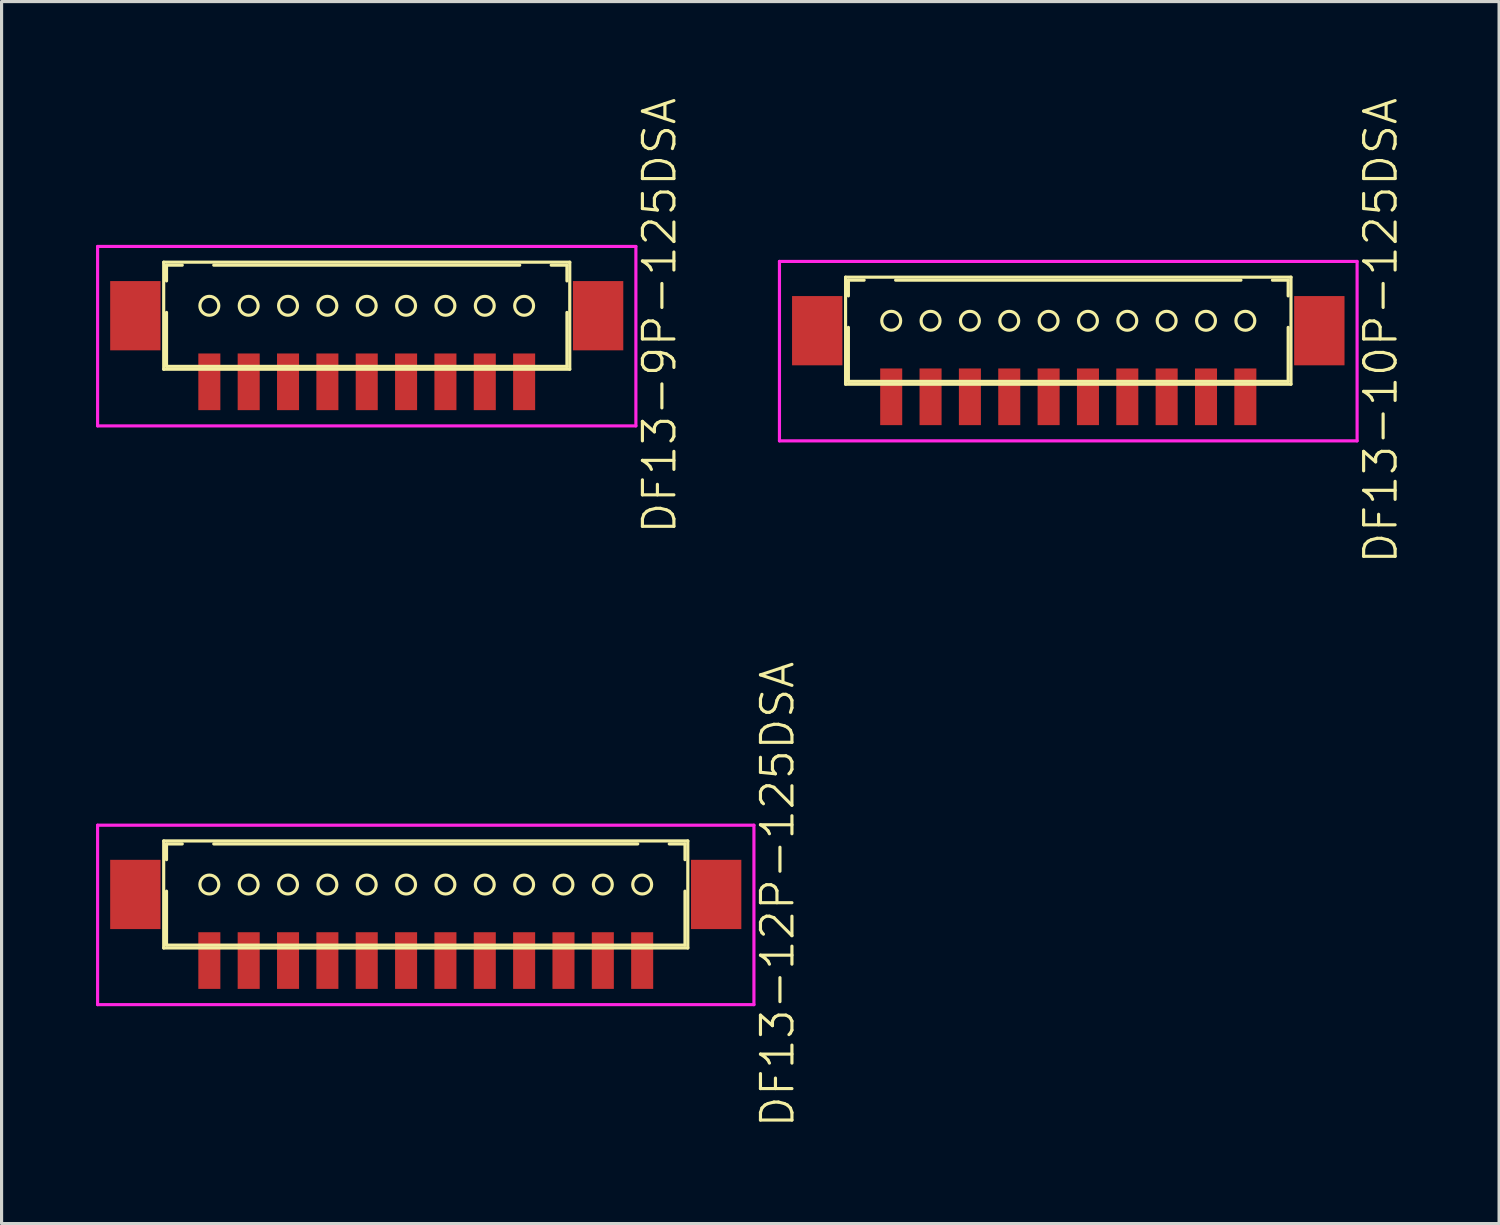
<source format=kicad_pcb>
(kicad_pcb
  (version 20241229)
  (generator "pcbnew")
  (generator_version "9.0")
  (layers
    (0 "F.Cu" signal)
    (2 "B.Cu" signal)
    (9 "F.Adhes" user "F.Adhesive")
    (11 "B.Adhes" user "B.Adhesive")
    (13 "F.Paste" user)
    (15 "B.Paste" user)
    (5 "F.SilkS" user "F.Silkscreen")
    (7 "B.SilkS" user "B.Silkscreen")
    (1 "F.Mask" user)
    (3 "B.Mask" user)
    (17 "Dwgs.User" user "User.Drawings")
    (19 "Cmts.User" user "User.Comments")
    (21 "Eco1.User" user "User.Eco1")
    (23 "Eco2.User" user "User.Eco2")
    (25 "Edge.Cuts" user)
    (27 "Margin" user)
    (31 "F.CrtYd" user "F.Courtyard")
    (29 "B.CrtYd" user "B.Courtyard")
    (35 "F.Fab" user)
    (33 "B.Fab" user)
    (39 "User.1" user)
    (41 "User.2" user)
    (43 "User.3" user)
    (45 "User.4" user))
  (footprint "DF13-12P-125DSA"
    (layer "F.Cu")
    (at 10.475 27.464)
    (property "Reference" "DF13-12P-125DSA" (at 11.175 -2.1 90) (layer "F.SilkS") (effects (font (size 1 1) (thickness 0.1))))
    (attr through_hole)
    (fp_line (start -8.325 -3.8) (end -8.325 -0.4) (stroke (width 0.1) (type solid)) (layer "F.SilkS"))
    (fp_line (start -8.325 -3.8) (end 8.325 -3.8) (stroke (width 0.1) (type solid)) (layer "F.SilkS"))
    (fp_line (start -8.325 -0.4) (end 8.325 -0.4) (stroke (width 0.1) (type solid)) (layer "F.SilkS"))
    (fp_line (start -8.235 -3.705) (end -8.235 -3.205) (stroke (width 0.1) (type solid)) (layer "F.SilkS"))
    (fp_line (start -8.235 -3.705) (end -7.735 -3.705) (stroke (width 0.1) (type solid)) (layer "F.SilkS"))
    (fp_line (start -8.235 -2.205) (end -8.235 -0.49) (stroke (width 0.1) (type solid)) (layer "F.SilkS"))
    (fp_line (start -8.235 -0.49) (end 8.235 -0.49) (stroke (width 0.1) (type solid)) (layer "F.SilkS"))
    (fp_line (start -6.735 -3.705) (end 6.735 -3.705) (stroke (width 0.1) (type solid)) (layer "F.SilkS"))
    (fp_line (start 7.735 -3.705) (end 8.235 -3.705) (stroke (width 0.1) (type solid)) (layer "F.SilkS"))
    (fp_line (start 8.235 -3.705) (end 8.235 -3.205) (stroke (width 0.1) (type solid)) (layer "F.SilkS"))
    (fp_line (start 8.235 -2.205) (end 8.235 -0.49) (stroke (width 0.1) (type solid)) (layer "F.SilkS"))
    (fp_line (start 8.325 -3.8) (end 8.325 -0.4) (stroke (width 0.1) (type solid)) (layer "F.SilkS"))
    (fp_circle (center -6.875 -2.415) (end -6.575 -2.415) (stroke (width 0.1) (type solid)) (fill no) (layer "F.SilkS"))
    (fp_circle (center -5.625 -2.415) (end -5.325 -2.415) (stroke (width 0.1) (type solid)) (fill no) (layer "F.SilkS"))
    (fp_circle (center -4.375 -2.415) (end -4.075 -2.415) (stroke (width 0.1) (type solid)) (fill no) (layer "F.SilkS"))
    (fp_circle (center -3.125 -2.415) (end -2.825 -2.415) (stroke (width 0.1) (type solid)) (fill no) (layer "F.SilkS"))
    (fp_circle (center -1.875 -2.415) (end -1.575 -2.415) (stroke (width 0.1) (type solid)) (fill no) (layer "F.SilkS"))
    (fp_circle (center -0.625 -2.415) (end -0.325 -2.415) (stroke (width 0.1) (type solid)) (fill no) (layer "F.SilkS"))
    (fp_circle (center 0.625 -2.415) (end 0.925 -2.415) (stroke (width 0.1) (type solid)) (fill no) (layer "F.SilkS"))
    (fp_circle (center 1.875 -2.415) (end 2.175 -2.415) (stroke (width 0.1) (type solid)) (fill no) (layer "F.SilkS"))
    (fp_circle (center 3.125 -2.415) (end 3.425 -2.415) (stroke (width 0.1) (type solid)) (fill no) (layer "F.SilkS"))
    (fp_circle (center 4.375 -2.415) (end 4.675 -2.415) (stroke (width 0.1) (type solid)) (fill no) (layer "F.SilkS"))
    (fp_circle (center 5.625 -2.415) (end 5.925 -2.415) (stroke (width 0.1) (type solid)) (fill no) (layer "F.SilkS"))
    (fp_circle (center 6.875 -2.415) (end 7.175 -2.415) (stroke (width 0.1) (type solid)) (fill no) (layer "F.SilkS"))
    (fp_line (start -10.425 -4.3) (end -10.425 1.4) (stroke (width 0.1) (type solid)) (layer "F.CrtYd"))
    (fp_line (start -10.425 1.4) (end 10.425 1.4) (stroke (width 0.1) (type solid)) (layer "F.CrtYd"))
    (fp_line (start 10.425 -4.3) (end -10.425 -4.3) (stroke (width 0.1) (type solid)) (layer "F.CrtYd"))
    (fp_line (start 10.425 1.4) (end 10.425 -4.3) (stroke (width 0.1) (type solid)) (layer "F.CrtYd"))
    (pad "1" smd rect (at -6.875 0) (size 0.7 1.8) (layers "F.Cu" "F.Mask" "F.Paste"))
    (pad "2" smd rect (at -5.625 0) (size 0.7 1.8) (layers "F.Cu" "F.Mask" "F.Paste"))
    (pad "3" smd rect (at -4.375 0) (size 0.7 1.8) (layers "F.Cu" "F.Mask" "F.Paste"))
    (pad "4" smd rect (at -3.125 0) (size 0.7 1.8) (layers "F.Cu" "F.Mask" "F.Paste"))
    (pad "5" smd rect (at -1.875 0) (size 0.7 1.8) (layers "F.Cu" "F.Mask" "F.Paste"))
    (pad "6" smd rect (at -0.625 0) (size 0.7 1.8) (layers "F.Cu" "F.Mask" "F.Paste"))
    (pad "7" smd rect (at 0.625 0) (size 0.7 1.8) (layers "F.Cu" "F.Mask" "F.Paste"))
    (pad "8" smd rect (at 1.875 0) (size 0.7 1.8) (layers "F.Cu" "F.Mask" "F.Paste"))
    (pad "9" smd rect (at 3.125 0) (size 0.7 1.8) (layers "F.Cu" "F.Mask" "F.Paste"))
    (pad "10" smd rect (at 4.375 0) (size 0.7 1.8) (layers "F.Cu" "F.Mask" "F.Paste"))
    (pad "11" smd rect (at 5.625 0) (size 0.7 1.8) (layers "F.Cu" "F.Mask" "F.Paste"))
    (pad "12" smd rect (at 6.875 0) (size 0.7 1.8) (layers "F.Cu" "F.Mask" "F.Paste"))
    (pad "S" smd rect (at -9.225 -2.1) (size 1.6 2.2) (layers "F.Cu" "F.Mask" "F.Paste"))
    (pad "S" smd rect (at 9.225 -2.1) (size 1.6 2.2) (layers "F.Cu" "F.Mask" "F.Paste")))
  (footprint "DF13-10P-125DSA"
    (layer "F.Cu")
    (at 30.886 9.555)
    (property "Reference" "DF13-10P-125DSA" (at 9.925 -2.1 90) (layer "F.SilkS") (effects (font (size 1 1) (thickness 0.1))))
    (attr through_hole)
    (fp_line (start -7.075 -3.8) (end -7.075 -0.4) (stroke (width 0.1) (type solid)) (layer "F.SilkS"))
    (fp_line (start -7.075 -3.8) (end 7.075 -3.8) (stroke (width 0.1) (type solid)) (layer "F.SilkS"))
    (fp_line (start -7.075 -0.4) (end 7.075 -0.4) (stroke (width 0.1) (type solid)) (layer "F.SilkS"))
    (fp_line (start -6.985 -3.705) (end -6.985 -3.205) (stroke (width 0.1) (type solid)) (layer "F.SilkS"))
    (fp_line (start -6.985 -3.705) (end -6.485 -3.705) (stroke (width 0.1) (type solid)) (layer "F.SilkS"))
    (fp_line (start -6.985 -2.205) (end -6.985 -0.49) (stroke (width 0.1) (type solid)) (layer "F.SilkS"))
    (fp_line (start -6.985 -0.49) (end 6.985 -0.49) (stroke (width 0.1) (type solid)) (layer "F.SilkS"))
    (fp_line (start -5.485 -3.705) (end 5.485 -3.705) (stroke (width 0.1) (type solid)) (layer "F.SilkS"))
    (fp_line (start 6.485 -3.705) (end 6.985 -3.705) (stroke (width 0.1) (type solid)) (layer "F.SilkS"))
    (fp_line (start 6.985 -3.705) (end 6.985 -3.205) (stroke (width 0.1) (type solid)) (layer "F.SilkS"))
    (fp_line (start 6.985 -2.205) (end 6.985 -0.49) (stroke (width 0.1) (type solid)) (layer "F.SilkS"))
    (fp_line (start 7.075 -3.8) (end 7.075 -0.4) (stroke (width 0.1) (type solid)) (layer "F.SilkS"))
    (fp_circle (center -5.625 -2.415) (end -5.325 -2.415) (stroke (width 0.1) (type solid)) (fill no) (layer "F.SilkS"))
    (fp_circle (center -4.375 -2.415) (end -4.075 -2.415) (stroke (width 0.1) (type solid)) (fill no) (layer "F.SilkS"))
    (fp_circle (center -3.125 -2.415) (end -2.825 -2.415) (stroke (width 0.1) (type solid)) (fill no) (layer "F.SilkS"))
    (fp_circle (center -1.875 -2.415) (end -1.575 -2.415) (stroke (width 0.1) (type solid)) (fill no) (layer "F.SilkS"))
    (fp_circle (center -0.625 -2.415) (end -0.325 -2.415) (stroke (width 0.1) (type solid)) (fill no) (layer "F.SilkS"))
    (fp_circle (center 0.625 -2.415) (end 0.925 -2.415) (stroke (width 0.1) (type solid)) (fill no) (layer "F.SilkS"))
    (fp_circle (center 1.875 -2.415) (end 2.175 -2.415) (stroke (width 0.1) (type solid)) (fill no) (layer "F.SilkS"))
    (fp_circle (center 3.125 -2.415) (end 3.425 -2.415) (stroke (width 0.1) (type solid)) (fill no) (layer "F.SilkS"))
    (fp_circle (center 4.375 -2.415) (end 4.675 -2.415) (stroke (width 0.1) (type solid)) (fill no) (layer "F.SilkS"))
    (fp_circle (center 5.625 -2.415) (end 5.925 -2.415) (stroke (width 0.1) (type solid)) (fill no) (layer "F.SilkS"))
    (fp_line (start -9.175 -4.3) (end -9.175 1.4) (stroke (width 0.1) (type solid)) (layer "F.CrtYd"))
    (fp_line (start -9.175 1.4) (end 9.175 1.4) (stroke (width 0.1) (type solid)) (layer "F.CrtYd"))
    (fp_line (start 9.175 -4.3) (end -9.175 -4.3) (stroke (width 0.1) (type solid)) (layer "F.CrtYd"))
    (fp_line (start 9.175 1.4) (end 9.175 -4.3) (stroke (width 0.1) (type solid)) (layer "F.CrtYd"))
    (pad "1" smd rect (at -5.625 0) (size 0.7 1.8) (layers "F.Cu" "F.Mask" "F.Paste"))
    (pad "2" smd rect (at -4.375 0) (size 0.7 1.8) (layers "F.Cu" "F.Mask" "F.Paste"))
    (pad "3" smd rect (at -3.125 0) (size 0.7 1.8) (layers "F.Cu" "F.Mask" "F.Paste"))
    (pad "4" smd rect (at -1.875 0) (size 0.7 1.8) (layers "F.Cu" "F.Mask" "F.Paste"))
    (pad "5" smd rect (at -0.625 0) (size 0.7 1.8) (layers "F.Cu" "F.Mask" "F.Paste"))
    (pad "6" smd rect (at 0.625 0) (size 0.7 1.8) (layers "F.Cu" "F.Mask" "F.Paste"))
    (pad "7" smd rect (at 1.875 0) (size 0.7 1.8) (layers "F.Cu" "F.Mask" "F.Paste"))
    (pad "8" smd rect (at 3.125 0) (size 0.7 1.8) (layers "F.Cu" "F.Mask" "F.Paste"))
    (pad "9" smd rect (at 4.375 0) (size 0.7 1.8) (layers "F.Cu" "F.Mask" "F.Paste"))
    (pad "10" smd rect (at 5.625 0) (size 0.7 1.8) (layers "F.Cu" "F.Mask" "F.Paste"))
    (pad "S" smd rect (at -7.975 -2.1) (size 1.6 2.2) (layers "F.Cu" "F.Mask" "F.Paste"))
    (pad "S" smd rect (at 7.975 -2.1) (size 1.6 2.2) (layers "F.Cu" "F.Mask" "F.Paste")))
  (footprint "DF13-9P-125DSA"
    (layer "F.Cu")
    (at 8.6 9.079)
    (property "Reference" "DF13-9P-125DSA" (at 9.3 -2.1 90) (layer "F.SilkS") (effects (font (size 1 1) (thickness 0.1))))
    (attr through_hole)
    (fp_line (start -6.45 -3.8) (end -6.45 -0.4) (stroke (width 0.1) (type solid)) (layer "F.SilkS"))
    (fp_line (start -6.45 -3.8) (end 6.45 -3.8) (stroke (width 0.1) (type solid)) (layer "F.SilkS"))
    (fp_line (start -6.45 -0.4) (end 6.45 -0.4) (stroke (width 0.1) (type solid)) (layer "F.SilkS"))
    (fp_line (start -6.36 -3.705) (end -6.36 -3.205) (stroke (width 0.1) (type solid)) (layer "F.SilkS"))
    (fp_line (start -6.36 -3.705) (end -5.86 -3.705) (stroke (width 0.1) (type solid)) (layer "F.SilkS"))
    (fp_line (start -6.36 -2.205) (end -6.36 -0.49) (stroke (width 0.1) (type solid)) (layer "F.SilkS"))
    (fp_line (start -6.36 -0.49) (end 6.36 -0.49) (stroke (width 0.1) (type solid)) (layer "F.SilkS"))
    (fp_line (start -4.86 -3.705) (end 4.86 -3.705) (stroke (width 0.1) (type solid)) (layer "F.SilkS"))
    (fp_line (start 5.86 -3.705) (end 6.36 -3.705) (stroke (width 0.1) (type solid)) (layer "F.SilkS"))
    (fp_line (start 6.36 -3.705) (end 6.36 -3.205) (stroke (width 0.1) (type solid)) (layer "F.SilkS"))
    (fp_line (start 6.36 -2.205) (end 6.36 -0.49) (stroke (width 0.1) (type solid)) (layer "F.SilkS"))
    (fp_line (start 6.45 -3.8) (end 6.45 -0.4) (stroke (width 0.1) (type solid)) (layer "F.SilkS"))
    (fp_circle (center -5 -2.415) (end -4.7 -2.415) (stroke (width 0.1) (type solid)) (fill no) (layer "F.SilkS"))
    (fp_circle (center -3.75 -2.415) (end -3.45 -2.415) (stroke (width 0.1) (type solid)) (fill no) (layer "F.SilkS"))
    (fp_circle (center -2.5 -2.415) (end -2.2 -2.415) (stroke (width 0.1) (type solid)) (fill no) (layer "F.SilkS"))
    (fp_circle (center -1.25 -2.415) (end -0.95 -2.415) (stroke (width 0.1) (type solid)) (fill no) (layer "F.SilkS"))
    (fp_circle (center 0 -2.415) (end 0.3 -2.415) (stroke (width 0.1) (type solid)) (fill no) (layer "F.SilkS"))
    (fp_circle (center 1.25 -2.415) (end 1.55 -2.415) (stroke (width 0.1) (type solid)) (fill no) (layer "F.SilkS"))
    (fp_circle (center 2.5 -2.415) (end 2.8 -2.415) (stroke (width 0.1) (type solid)) (fill no) (layer "F.SilkS"))
    (fp_circle (center 3.75 -2.415) (end 4.05 -2.415) (stroke (width 0.1) (type solid)) (fill no) (layer "F.SilkS"))
    (fp_circle (center 5 -2.415) (end 5.3 -2.415) (stroke (width 0.1) (type solid)) (fill no) (layer "F.SilkS"))
    (fp_line (start -8.55 -4.3) (end -8.55 1.4) (stroke (width 0.1) (type solid)) (layer "F.CrtYd"))
    (fp_line (start -8.55 1.4) (end 8.55 1.4) (stroke (width 0.1) (type solid)) (layer "F.CrtYd"))
    (fp_line (start 8.55 -4.3) (end -8.55 -4.3) (stroke (width 0.1) (type solid)) (layer "F.CrtYd"))
    (fp_line (start 8.55 1.4) (end 8.55 -4.3) (stroke (width 0.1) (type solid)) (layer "F.CrtYd"))
    (pad "1" smd rect (at -5 0) (size 0.7 1.8) (layers "F.Cu" "F.Mask" "F.Paste"))
    (pad "2" smd rect (at -3.75 0) (size 0.7 1.8) (layers "F.Cu" "F.Mask" "F.Paste"))
    (pad "3" smd rect (at -2.5 0) (size 0.7 1.8) (layers "F.Cu" "F.Mask" "F.Paste"))
    (pad "4" smd rect (at -1.25 0) (size 0.7 1.8) (layers "F.Cu" "F.Mask" "F.Paste"))
    (pad "5" smd rect (at 0 0) (size 0.7 1.8) (layers "F.Cu" "F.Mask" "F.Paste"))
    (pad "6" smd rect (at 1.25 0) (size 0.7 1.8) (layers "F.Cu" "F.Mask" "F.Paste"))
    (pad "7" smd rect (at 2.5 0) (size 0.7 1.8) (layers "F.Cu" "F.Mask" "F.Paste"))
    (pad "8" smd rect (at 3.75 0) (size 0.7 1.8) (layers "F.Cu" "F.Mask" "F.Paste"))
    (pad "9" smd rect (at 5 0) (size 0.7 1.8) (layers "F.Cu" "F.Mask" "F.Paste"))
    (pad "S" smd rect (at -7.35 -2.1) (size 1.6 2.2) (layers "F.Cu" "F.Mask" "F.Paste"))
    (pad "S" smd rect (at 7.35 -2.1) (size 1.6 2.2) (layers "F.Cu" "F.Mask" "F.Paste")))
  (gr_rect
    (start -3 -3)
    (end 44.571 35.819)
    (stroke (width 0.1) (type default))
    (fill no)
    (layer "Edge.Cuts")))
</source>
